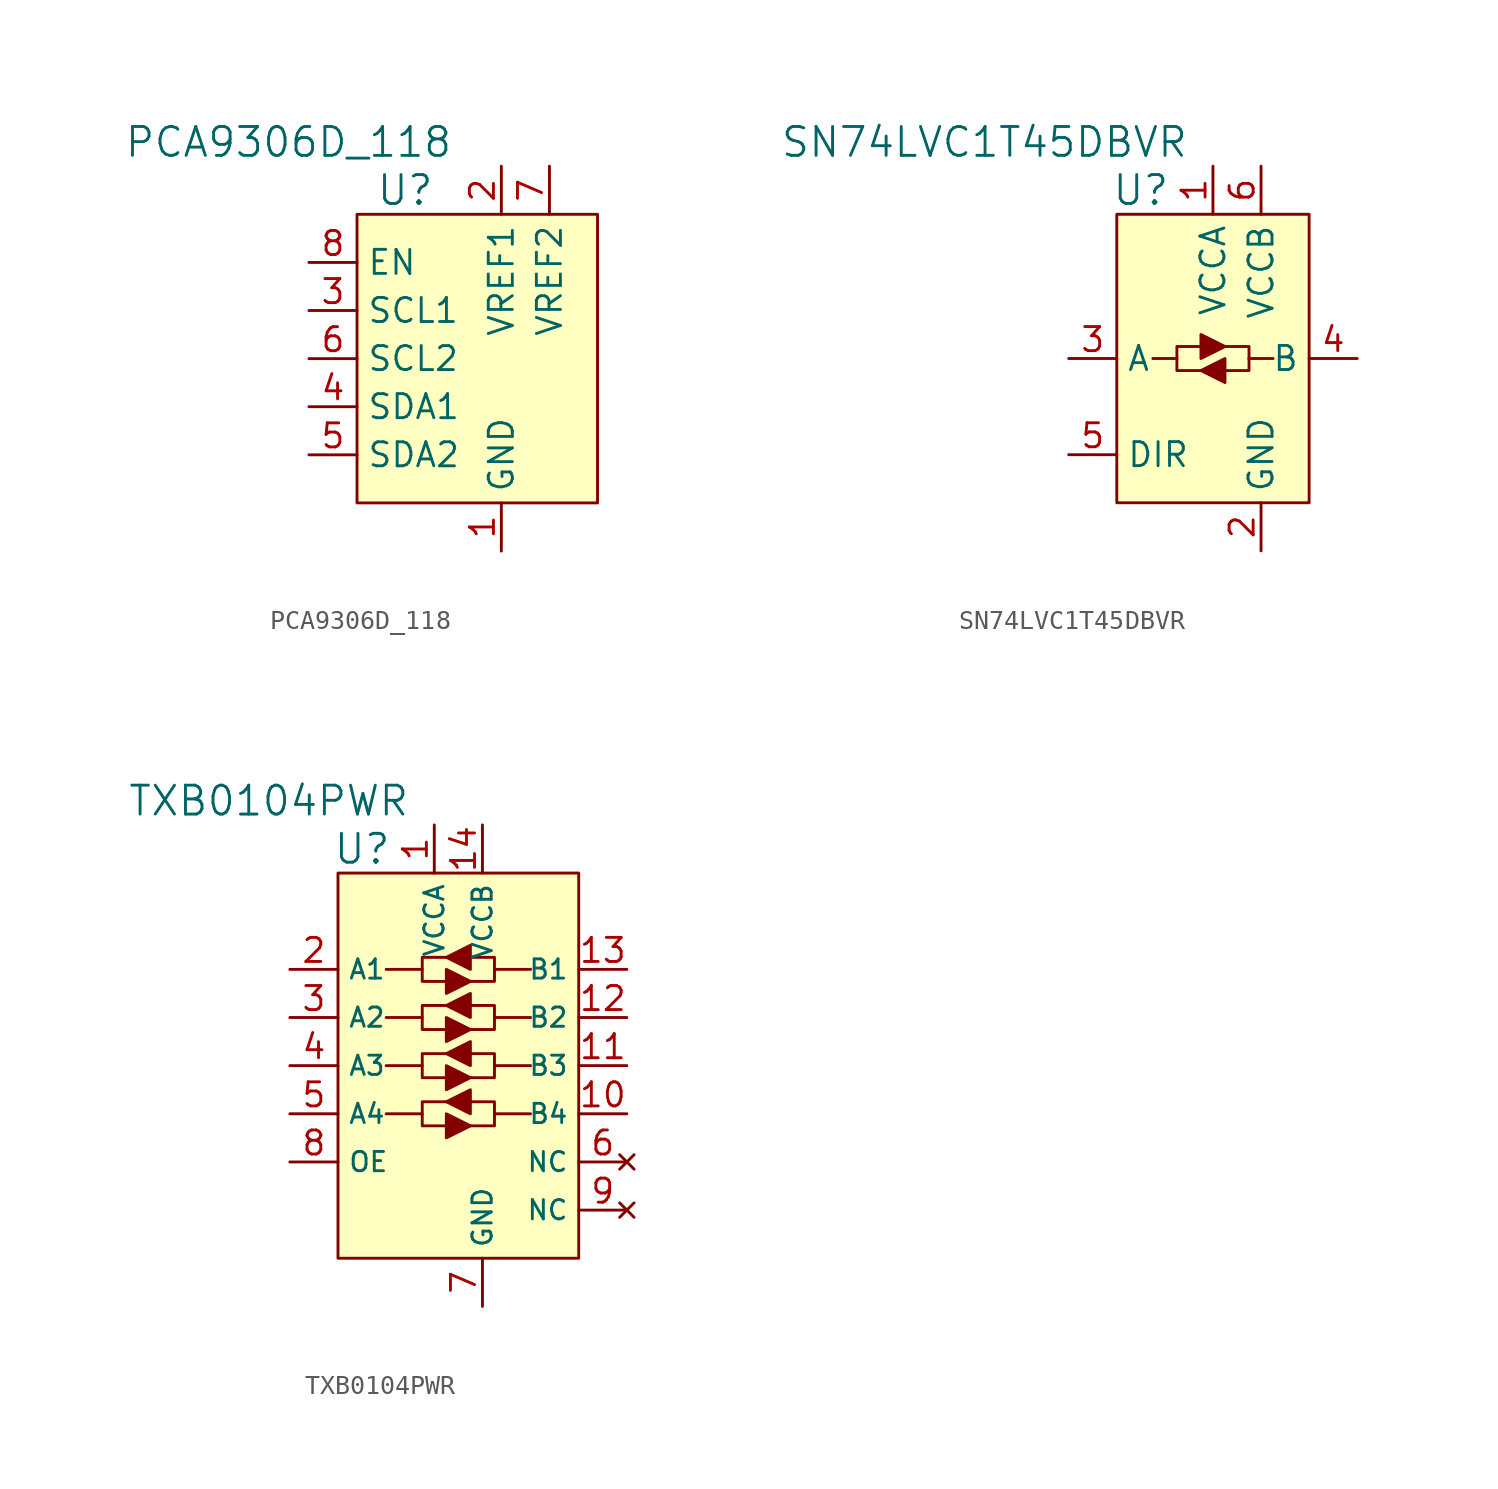
<source format=kicad_sym>
(kicad_symbol_lib
  (version 20211014)
  (generator kicad_symbol_editor)
  (symbol "PCA9306D_118"
    (property "Reference" "U"
      (at -5.08 11.43 0)
      (effects (font (size 1.524 1.524))))
    (property "Value" "PCA9306D_118"
      (at -2.54 13.97 0)
      (effects (font (size 1.524 1.524)) (justify right)))
    (symbol "PCA9306D_118_0_1"
      (rectangle (start -7.62 10.16) (end 5.08 -5.08) (stroke (width 0) (type default) (color 0 0 0 0)) (fill (type background))))
    (symbol "PCA9306D_118_1_1"
      (pin power_in line (at 0 -7.62 90) (length 2.54) (name "GND" (effects (font (size 1.27 1.27)))) (number "1" (effects (font (size 1.27 1.27)))))
      (pin power_in line (at 0 12.7 270) (length 2.54) (name "VREF1" (effects (font (size 1.27 1.27)))) (number "2" (effects (font (size 1.27 1.27)))))
      (pin input line (at -10.16 5.08 0) (length 2.54) (name "SCL1" (effects (font (size 1.27 1.27)))) (number "3" (effects (font (size 1.27 1.27)))))
      (pin bidirectional line (at -10.16 0 0) (length 2.54) (name "SDA1" (effects (font (size 1.27 1.27)))) (number "4" (effects (font (size 1.27 1.27)))))
      (pin bidirectional line (at -10.16 -2.54 0) (length 2.54) (name "SDA2" (effects (font (size 1.27 1.27)))) (number "5" (effects (font (size 1.27 1.27)))))
      (pin input line (at -10.16 2.54 0) (length 2.54) (name "SCL2" (effects (font (size 1.27 1.27)))) (number "6" (effects (font (size 1.27 1.27)))))
      (pin power_in line (at 2.54 12.7 270) (length 2.54) (name "VREF2" (effects (font (size 1.27 1.27)))) (number "7" (effects (font (size 1.27 1.27)))))
      (pin input line (at -10.16 7.62 0) (length 2.54) (name "EN" (effects (font (size 1.27 1.27)))) (number "8" (effects (font (size 1.27 1.27)))))))
  (symbol "SN74LVC1T45DBVR"
    (property "Reference" "U"
      (at -3.81 8.89 0)
      (effects (font (size 1.524 1.524))))
    (property "Value" "SN74LVC1T45DBVR"
      (at -1.27 11.43 0)
      (effects (font (size 1.524 1.524)) (justify right)))
    (symbol "SN74LVC1T45DBVR_0_1"
      (rectangle (start -5.08 7.62) (end 5.08 -7.62) (stroke (width 0) (type default) (color 0 0 0 0)) (fill (type background)))
      (polyline (pts (xy -3.175 0) (xy -1.905 0)) (stroke (width 0) (type default) (color 0 0 0 0)) (fill (type none)))
      (polyline (pts (xy 3.175 0) (xy 1.905 0)) (stroke (width 0) (type default) (color 0 0 0 0)) (fill (type none)))
      (polyline (pts (xy -1.905 0) (xy -1.905 -0.635) (xy -0.508 -0.635)) (stroke (width 0) (type default) (color 0 0 0 0)) (fill (type none)))
      (polyline (pts (xy -1.905 0) (xy -1.905 0.635) (xy -0.635 0.635)) (stroke (width 0) (type default) (color 0 0 0 0)) (fill (type none)))
      (polyline (pts (xy 1.905 0) (xy 1.905 -0.635) (xy 0.635 -0.635)) (stroke (width 0) (type default) (color 0 0 0 0)) (fill (type none)))
      (polyline (pts (xy 1.905 0) (xy 1.905 0.635) (xy 0.635 0.635)) (stroke (width 0) (type default) (color 0 0 0 0)) (fill (type none)))
      (polyline (pts (xy -0.635 1.27) (xy -0.635 0) (xy 0.635 0.635) (xy -0.635 1.27)) (stroke (width 0) (type default) (color 0 0 0 0)) (fill (type outline)))
      (polyline (pts (xy 0.635 0) (xy 0.635 -1.27) (xy -0.635 -0.635) (xy 0.635 0)) (stroke (width 0) (type default) (color 0 0 0 0)) (fill (type outline))))
    (symbol "SN74LVC1T45DBVR_1_1"
      (pin power_in line (at 0 10.16 270) (length 2.54) (name "VCCA" (effects (font (size 1.27 1.27)))) (number "1" (effects (font (size 1.27 1.27)))))
      (pin power_in line (at 2.54 -10.16 90) (length 2.54) (name "GND" (effects (font (size 1.27 1.27)))) (number "2" (effects (font (size 1.27 1.27)))))
      (pin bidirectional line (at -7.62 0 0) (length 2.54) (name "A" (effects (font (size 1.27 1.27)))) (number "3" (effects (font (size 1.27 1.27)))))
      (pin bidirectional line (at 7.62 0 180) (length 2.54) (name "B" (effects (font (size 1.27 1.27)))) (number "4" (effects (font (size 1.27 1.27)))))
      (pin input line (at -7.62 -5.08 0) (length 2.54) (name "DIR" (effects (font (size 1.27 1.27)))) (number "5" (effects (font (size 1.27 1.27)))))
      (pin power_in line (at 2.54 10.16 270) (length 2.54) (name "VCCB" (effects (font (size 1.27 1.27)))) (number "6" (effects (font (size 1.27 1.27)))))))
  (symbol "TXB0104PWR"
    (property "Reference" "U"
      (at -6.35 11.43 0)
      (effects (font (size 1.524 1.524))))
    (property "Value" "TXB0104PWR"
      (at -3.81 13.97 0)
      (effects (font (size 1.524 1.524)) (justify right)))
    (symbol "TXB0104PWR_0_1"
      (rectangle (start -7.62 10.16) (end 5.08 -10.16) (stroke (width 0) (type default) (color 0 0 0 0)) (fill (type background)))
      (polyline (pts (xy -5.08 -2.54) (xy -3.175 -2.54)) (stroke (width 0) (type default) (color 0 0 0 0)) (fill (type none)))
      (polyline (pts (xy -5.08 2.54) (xy -3.175 2.54)) (stroke (width 0) (type default) (color 0 0 0 0)) (fill (type none)))
      (polyline (pts (xy -3.175 0) (xy -5.08 0)) (stroke (width 0) (type default) (color 0 0 0 0)) (fill (type none)))
      (polyline (pts (xy -3.175 5.08) (xy -5.08 5.08)) (stroke (width 0) (type default) (color 0 0 0 0)) (fill (type none)))
      (polyline (pts (xy 0.635 -2.54) (xy 2.54 -2.54)) (stroke (width 0) (type default) (color 0 0 0 0)) (fill (type none)))
      (polyline (pts (xy 0.635 5.08) (xy 2.54 5.08)) (stroke (width 0) (type default) (color 0 0 0 0)) (fill (type none)))
      (polyline (pts (xy 2.54 0) (xy 0.635 0)) (stroke (width 0) (type default) (color 0 0 0 0)) (fill (type none)))
      (polyline (pts (xy 2.54 2.54) (xy 0.635 2.54)) (stroke (width 0) (type default) (color 0 0 0 0)) (fill (type none)))
      (polyline (pts (xy -1.905 -2.54) (xy -1.905 -3.81) (xy -0.635 -3.175) (xy -1.905 -2.54)) (stroke (width 0) (type default) (color 0 0 0 0)) (fill (type outline)))
      (polyline (pts (xy -1.905 -1.905) (xy -3.175 -1.905) (xy -3.175 -3.175) (xy -1.905 -3.175)) (stroke (width 0) (type default) (color 0 0 0 0)) (fill (type none)))
      (polyline (pts (xy -1.905 -1.905) (xy -0.635 -1.27) (xy -0.635 -2.54) (xy -1.905 -1.905)) (stroke (width 0) (type default) (color 0 0 0 0)) (fill (type outline)))
      (polyline (pts (xy -1.905 0) (xy -1.905 -1.27) (xy -0.635 -0.635) (xy -1.905 0)) (stroke (width 0) (type default) (color 0 0 0 0)) (fill (type outline)))
      (polyline (pts (xy -1.905 0.635) (xy -3.175 0.635) (xy -3.175 -0.635) (xy -1.905 -0.635)) (stroke (width 0) (type default) (color 0 0 0 0)) (fill (type none)))
      (polyline (pts (xy -1.905 0.635) (xy -0.635 1.27) (xy -0.635 0) (xy -1.905 0.635)) (stroke (width 0) (type default) (color 0 0 0 0)) (fill (type outline)))
      (polyline (pts (xy -1.905 2.54) (xy -1.905 1.27) (xy -0.635 1.905) (xy -1.905 2.54)) (stroke (width 0) (type default) (color 0 0 0 0)) (fill (type outline)))
      (polyline (pts (xy -1.905 3.175) (xy -3.175 3.175) (xy -3.175 1.905) (xy -1.905 1.905)) (stroke (width 0) (type default) (color 0 0 0 0)) (fill (type none)))
      (polyline (pts (xy -1.905 3.175) (xy -0.635 3.81) (xy -0.635 2.54) (xy -1.905 3.175)) (stroke (width 0) (type default) (color 0 0 0 0)) (fill (type outline)))
      (polyline (pts (xy -1.905 5.08) (xy -1.905 3.81) (xy -0.635 4.445) (xy -1.905 5.08)) (stroke (width 0) (type default) (color 0 0 0 0)) (fill (type outline)))
      (polyline (pts (xy -1.905 5.715) (xy -3.175 5.715) (xy -3.175 4.445) (xy -1.905 4.445)) (stroke (width 0) (type default) (color 0 0 0 0)) (fill (type none)))
      (polyline (pts (xy -1.905 5.715) (xy -0.635 6.35) (xy -0.635 5.08) (xy -1.905 5.715)) (stroke (width 0) (type default) (color 0 0 0 0)) (fill (type outline)))
      (polyline (pts (xy -0.635 -1.905) (xy 0.635 -1.905) (xy 0.635 -3.175) (xy -0.635 -3.175)) (stroke (width 0) (type default) (color 0 0 0 0)) (fill (type none)))
      (polyline (pts (xy -0.635 0.635) (xy 0.635 0.635) (xy 0.635 -0.635) (xy -0.635 -0.635)) (stroke (width 0) (type default) (color 0 0 0 0)) (fill (type none)))
      (polyline (pts (xy -0.635 3.175) (xy 0.635 3.175) (xy 0.635 1.905) (xy -0.635 1.905)) (stroke (width 0) (type default) (color 0 0 0 0)) (fill (type none)))
      (polyline (pts (xy -0.635 5.715) (xy 0.635 5.715) (xy 0.635 4.445) (xy -0.635 4.445)) (stroke (width 0) (type default) (color 0 0 0 0)) (fill (type none))))
    (symbol "TXB0104PWR_1_1"
      (pin power_in line (at -2.54 12.7 270) (length 2.54) (name "VCCA" (effects (font (size 1.016 1.016)))) (number "1" (effects (font (size 1.27 1.27)))))
      (pin bidirectional line (at 7.62 -2.54 180) (length 2.54) (name "B4" (effects (font (size 1.016 1.016)))) (number "10" (effects (font (size 1.27 1.27)))))
      (pin bidirectional line (at 7.62 0 180) (length 2.54) (name "B3" (effects (font (size 1.016 1.016)))) (number "11" (effects (font (size 1.27 1.27)))))
      (pin bidirectional line (at 7.62 2.54 180) (length 2.54) (name "B2" (effects (font (size 1.016 1.016)))) (number "12" (effects (font (size 1.27 1.27)))))
      (pin bidirectional line (at 7.62 5.08 180) (length 2.54) (name "B1" (effects (font (size 1.016 1.016)))) (number "13" (effects (font (size 1.27 1.27)))))
      (pin power_in line (at 0 12.7 270) (length 2.54) (name "VCCB" (effects (font (size 1.016 1.016)))) (number "14" (effects (font (size 1.27 1.27)))))
      (pin bidirectional line (at -10.16 5.08 0) (length 2.54) (name "A1" (effects (font (size 1.016 1.016)))) (number "2" (effects (font (size 1.27 1.27)))))
      (pin bidirectional line (at -10.16 2.54 0) (length 2.54) (name "A2" (effects (font (size 1.016 1.016)))) (number "3" (effects (font (size 1.27 1.27)))))
      (pin bidirectional line (at -10.16 0 0) (length 2.54) (name "A3" (effects (font (size 1.016 1.016)))) (number "4" (effects (font (size 1.27 1.27)))))
      (pin bidirectional line (at -10.16 -2.54 0) (length 2.54) (name "A4" (effects (font (size 1.016 1.016)))) (number "5" (effects (font (size 1.27 1.27)))))
      (pin no_connect line (at 7.62 -5.08 180) (length 2.54) (name "NC" (effects (font (size 1.016 1.016)))) (number "6" (effects (font (size 1.27 1.27)))))
      (pin power_in line (at 0 -12.7 90) (length 2.54) (name "GND" (effects (font (size 1.016 1.016)))) (number "7" (effects (font (size 1.27 1.27)))))
      (pin tri_state line (at -10.16 -5.08 0) (length 2.54) (name "OE" (effects (font (size 1.016 1.016)))) (number "8" (effects (font (size 1.27 1.27)))))
      (pin no_connect line (at 7.62 -7.62 180) (length 2.54) (name "NC" (effects (font (size 1.016 1.016)))) (number "9" (effects (font (size 1.27 1.27))))))))
</source>
